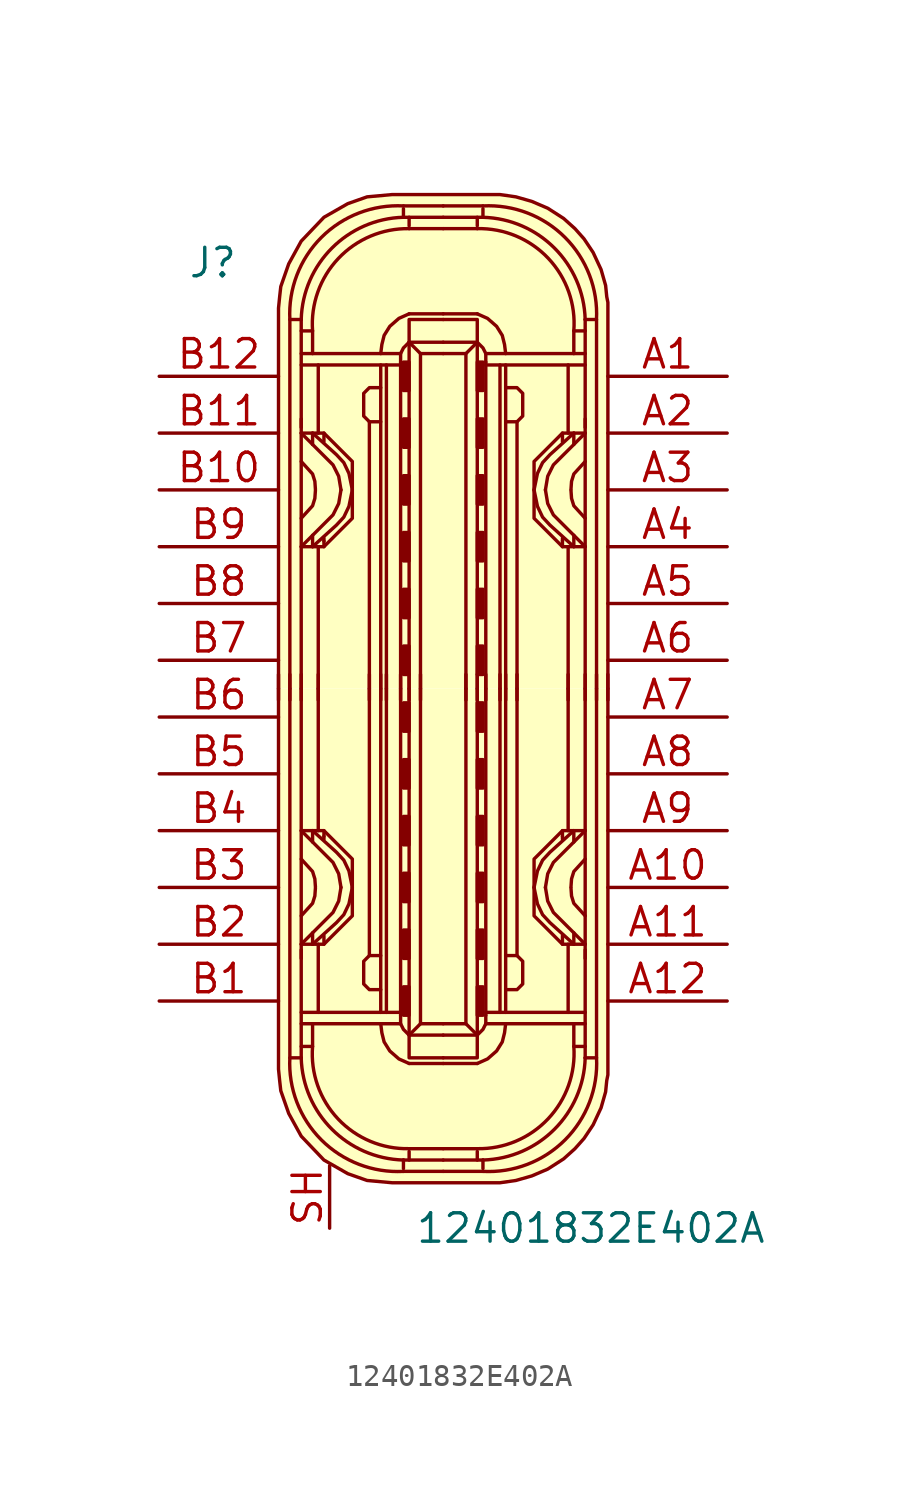
<source format=kicad_sym>
(kicad_symbol_lib
  (version 20211014)
  (generator kicad_symbol_editor)
  (symbol "12401832E402A"
    (pin_names
      (offset 1.016))
    (property "Reference" "J"
      (at -11.43 19.05 0)
      (effects (font (size 1.27 1.27)) (justify left)))
    (property "Value" "12401832E402A"
      (at -1.27 -24.13 0)
      (effects (font (size 1.27 1.27)) (justify left)))
    (symbol "12401832E402A_1_1"
      (arc (start -6.858 -16.51) (mid -5.4492 -20.1812) (end -1.778 -21.59) (stroke (width 0) (type default) (color 0 0 0 0)) (fill (type none)))
      (arc (start -6.35 -16.51) (mid -4.9749 -19.7069) (end -1.778 -21.082) (stroke (width 0) (type default) (color 0 0 0 0)) (fill (type none)))
      (arc (start -5.842 -16.002) (mid -4.6972 -19.2495) (end -1.524 -20.574) (stroke (width 0) (type default) (color 0 0 0 0)) (fill (type none)))
      (rectangle (start -1.778 -14.605) (end -1.524 -13.335) (stroke (width 0) (type default) (color 0 0 0 0)) (fill (type outline)))
      (rectangle (start -1.778 -12.065) (end -1.524 -10.795) (stroke (width 0) (type default) (color 0 0 0 0)) (fill (type outline)))
      (rectangle (start -1.778 -9.525) (end -1.524 -8.255) (stroke (width 0) (type default) (color 0 0 0 0)) (fill (type outline)))
      (rectangle (start -1.778 -6.985) (end -1.524 -5.715) (stroke (width 0) (type default) (color 0 0 0 0)) (fill (type outline)))
      (rectangle (start -1.778 -4.445) (end -1.524 -3.175) (stroke (width 0) (type default) (color 0 0 0 0)) (fill (type outline)))
      (rectangle (start -1.778 -1.905) (end -1.524 -0.635) (stroke (width 0) (type default) (color 0 0 0 0)) (fill (type outline)))
      (rectangle (start -1.778 1.905) (end -1.524 0.635) (stroke (width 0) (type default) (color 0 0 0 0)) (fill (type outline)))
      (rectangle (start -1.778 4.445) (end -1.524 3.175) (stroke (width 0) (type default) (color 0 0 0 0)) (fill (type outline)))
      (rectangle (start -1.778 6.985) (end -1.524 5.715) (stroke (width 0) (type default) (color 0 0 0 0)) (fill (type outline)))
      (rectangle (start -1.778 9.525) (end -1.524 8.255) (stroke (width 0) (type default) (color 0 0 0 0)) (fill (type outline)))
      (rectangle (start -1.778 12.065) (end -1.524 10.795) (stroke (width 0) (type default) (color 0 0 0 0)) (fill (type outline)))
      (rectangle (start -1.778 14.605) (end -1.524 13.335) (stroke (width 0) (type default) (color 0 0 0 0)) (fill (type outline)))
      (arc (start -1.778 21.082) (mid -4.9749 19.7069) (end -6.35 16.51) (stroke (width 0) (type default) (color 0 0 0 0)) (fill (type none)))
      (arc (start -1.778 21.59) (mid -5.4492 20.1812) (end -6.858 16.51) (stroke (width 0) (type default) (color 0 0 0 0)) (fill (type none)))
      (arc (start -1.524 20.574) (mid -4.6883 19.2412) (end -5.842 16.002) (stroke (width 0) (type default) (color 0 0 0 0)) (fill (type none)))
      (polyline (pts (xy -7.366 -0.508) (xy -7.366 0.635)) (stroke (width 0) (type default) (color 0 0 0 0)) (fill (type none)))
      (polyline (pts (xy -6.858 -0.508) (xy -6.858 0.635)) (stroke (width 0) (type default) (color 0 0 0 0)) (fill (type none)))
      (polyline (pts (xy -6.35 -14.986) (xy -1.905 -14.986)) (stroke (width 0) (type default) (color 0 0 0 0)) (fill (type none)))
      (polyline (pts (xy -6.35 -12.065) (xy -6.35 0)) (stroke (width 0) (type default) (color 0 0 0 0)) (fill (type none)))
      (polyline (pts (xy -6.35 -0.508) (xy -6.35 0.635)) (stroke (width 0) (type default) (color 0 0 0 0)) (fill (type none)))
      (polyline (pts (xy -6.35 12.065) (xy -6.35 0)) (stroke (width 0) (type default) (color 0 0 0 0)) (fill (type none)))
      (polyline (pts (xy -6.35 14.986) (xy -1.905 14.986)) (stroke (width 0) (type default) (color 0 0 0 0)) (fill (type none)))
      (polyline (pts (xy -5.842 -11.43) (xy -5.842 -10.922)) (stroke (width 0) (type default) (color 0 0 0 0)) (fill (type none)))
      (polyline (pts (xy -5.842 -6.35) (xy -5.842 -6.858)) (stroke (width 0) (type default) (color 0 0 0 0)) (fill (type none)))
      (polyline (pts (xy -5.842 6.35) (xy -5.842 6.858)) (stroke (width 0) (type default) (color 0 0 0 0)) (fill (type none)))
      (polyline (pts (xy -5.842 11.43) (xy -5.842 10.922)) (stroke (width 0) (type default) (color 0 0 0 0)) (fill (type none)))
      (polyline (pts (xy -5.588 -14.478) (xy -5.588 -11.43)) (stroke (width 0) (type default) (color 0 0 0 0)) (fill (type none)))
      (polyline (pts (xy -5.588 -6.35) (xy -5.588 0)) (stroke (width 0) (type default) (color 0 0 0 0)) (fill (type none)))
      (polyline (pts (xy -5.588 -0.508) (xy -5.588 0.635)) (stroke (width 0) (type default) (color 0 0 0 0)) (fill (type none)))
      (polyline (pts (xy -5.588 6.35) (xy -5.588 0)) (stroke (width 0) (type default) (color 0 0 0 0)) (fill (type none)))
      (polyline (pts (xy -5.588 14.478) (xy -5.588 11.43)) (stroke (width 0) (type default) (color 0 0 0 0)) (fill (type none)))
      (polyline (pts (xy -5.334 -11.43) (xy -5.334 -11.049)) (stroke (width 0) (type default) (color 0 0 0 0)) (fill (type none)))
      (polyline (pts (xy -5.334 -6.604) (xy -5.334 -6.731)) (stroke (width 0) (type default) (color 0 0 0 0)) (fill (type none)))
      (polyline (pts (xy -5.334 -6.35) (xy -5.334 -6.604)) (stroke (width 0) (type default) (color 0 0 0 0)) (fill (type none)))
      (polyline (pts (xy -5.334 6.35) (xy -5.334 6.604)) (stroke (width 0) (type default) (color 0 0 0 0)) (fill (type none)))
      (polyline (pts (xy -5.334 6.604) (xy -5.334 6.731)) (stroke (width 0) (type default) (color 0 0 0 0)) (fill (type none)))
      (polyline (pts (xy -5.334 11.43) (xy -5.334 11.049)) (stroke (width 0) (type default) (color 0 0 0 0)) (fill (type none)))
      (polyline (pts (xy -3.302 -0.508) (xy -3.302 0.635)) (stroke (width 0) (type default) (color 0 0 0 0)) (fill (type none)))
      (polyline (pts (xy -3.302 0) (xy -3.302 -11.938)) (stroke (width 0) (type default) (color 0 0 0 0)) (fill (type none)))
      (polyline (pts (xy -3.302 0) (xy -3.302 11.938)) (stroke (width 0) (type default) (color 0 0 0 0)) (fill (type none)))
      (polyline (pts (xy -2.794 -0.508) (xy -2.794 0.635)) (stroke (width 0) (type default) (color 0 0 0 0)) (fill (type none)))
      (polyline (pts (xy -2.794 0) (xy -2.794 -14.478)) (stroke (width 0) (type default) (color 0 0 0 0)) (fill (type none)))
      (polyline (pts (xy -2.794 0) (xy -2.794 14.478)) (stroke (width 0) (type default) (color 0 0 0 0)) (fill (type none)))
      (polyline (pts (xy -2.54 -14.478) (xy -2.54 0)) (stroke (width 0) (type default) (color 0 0 0 0)) (fill (type none)))
      (polyline (pts (xy -2.54 -0.508) (xy -2.54 0.635)) (stroke (width 0) (type default) (color 0 0 0 0)) (fill (type none)))
      (polyline (pts (xy -2.54 14.478) (xy -2.54 0)) (stroke (width 0) (type default) (color 0 0 0 0)) (fill (type none)))
      (polyline (pts (xy -1.905 -14.478) (xy -6.35 -14.478)) (stroke (width 0) (type default) (color 0 0 0 0)) (fill (type none)))
      (polyline (pts (xy -1.905 -0.508) (xy -1.905 0.635)) (stroke (width 0) (type default) (color 0 0 0 0)) (fill (type none)))
      (polyline (pts (xy -1.905 0) (xy -1.905 -14.605)) (stroke (width 0) (type default) (color 0 0 0 0)) (fill (type none)))
      (polyline (pts (xy -1.905 0) (xy -1.905 14.605)) (stroke (width 0) (type default) (color 0 0 0 0)) (fill (type none)))
      (polyline (pts (xy -1.905 14.478) (xy -6.35 14.478)) (stroke (width 0) (type default) (color 0 0 0 0)) (fill (type none)))
      (polyline (pts (xy -1.778 -21.59) (xy 0 -21.59)) (stroke (width 0) (type default) (color 0 0 0 0)) (fill (type background)))
      (polyline (pts (xy -1.778 -21.082) (xy -1.778 -21.463)) (stroke (width 0) (type default) (color 0 0 0 0)) (fill (type none)))
      (polyline (pts (xy -1.778 -21.082) (xy 0 -21.082)) (stroke (width 0) (type default) (color 0 0 0 0)) (fill (type none)))
      (polyline (pts (xy -1.778 21.082) (xy -1.778 21.463)) (stroke (width 0) (type default) (color 0 0 0 0)) (fill (type none)))
      (polyline (pts (xy -1.778 21.082) (xy 0 21.082)) (stroke (width 0) (type default) (color 0 0 0 0)) (fill (type none)))
      (polyline (pts (xy -1.778 21.59) (xy 0 21.59)) (stroke (width 0) (type default) (color 0 0 0 0)) (fill (type background)))
      (polyline (pts (xy -1.524 -20.701) (xy -1.524 -21.082)) (stroke (width 0) (type default) (color 0 0 0 0)) (fill (type none)))
      (polyline (pts (xy -1.524 -20.574) (xy 0 -20.574)) (stroke (width 0) (type default) (color 0 0 0 0)) (fill (type none)))
      (polyline (pts (xy -1.524 -0.508) (xy -1.524 0.635)) (stroke (width 0) (type default) (color 0 0 0 0)) (fill (type none)))
      (polyline (pts (xy -1.524 20.574) (xy 0 20.574)) (stroke (width 0) (type default) (color 0 0 0 0)) (fill (type none)))
      (polyline (pts (xy -1.524 20.701) (xy -1.524 21.082)) (stroke (width 0) (type default) (color 0 0 0 0)) (fill (type none)))
      (polyline (pts (xy -1.016 -14.986) (xy -1.524 -15.494)) (stroke (width 0) (type default) (color 0 0 0 0)) (fill (type none)))
      (polyline (pts (xy -1.016 -0.508) (xy -1.016 0.635)) (stroke (width 0) (type default) (color 0 0 0 0)) (fill (type none)))
      (polyline (pts (xy -1.016 14.986) (xy -1.524 15.494)) (stroke (width 0) (type default) (color 0 0 0 0)) (fill (type none)))
      (polyline (pts (xy 0 -16.764) (xy -1.524 -16.764)) (stroke (width 0) (type default) (color 0 0 0 0)) (fill (type none)))
      (polyline (pts (xy 0 -16.764) (xy 1.524 -16.764)) (stroke (width 0) (type default) (color 0 0 0 0)) (fill (type none)))
      (polyline (pts (xy 0 16.764) (xy -1.524 16.764)) (stroke (width 0) (type default) (color 0 0 0 0)) (fill (type none)))
      (polyline (pts (xy 0 16.764) (xy 1.524 16.764)) (stroke (width 0) (type default) (color 0 0 0 0)) (fill (type none)))
      (polyline (pts (xy 1.016 -14.986) (xy 1.524 -15.494)) (stroke (width 0) (type default) (color 0 0 0 0)) (fill (type none)))
      (polyline (pts (xy 1.016 -0.508) (xy 1.016 0.635)) (stroke (width 0) (type default) (color 0 0 0 0)) (fill (type none)))
      (polyline (pts (xy 1.016 14.986) (xy 1.524 15.494)) (stroke (width 0) (type default) (color 0 0 0 0)) (fill (type none)))
      (polyline (pts (xy 1.524 -20.701) (xy 1.524 -21.082)) (stroke (width 0) (type default) (color 0 0 0 0)) (fill (type none)))
      (polyline (pts (xy 1.524 -20.574) (xy 0 -20.574)) (stroke (width 0) (type default) (color 0 0 0 0)) (fill (type none)))
      (polyline (pts (xy 1.524 -0.508) (xy 1.524 0.635)) (stroke (width 0) (type default) (color 0 0 0 0)) (fill (type none)))
      (polyline (pts (xy 1.524 20.574) (xy 0 20.574)) (stroke (width 0) (type default) (color 0 0 0 0)) (fill (type none)))
      (polyline (pts (xy 1.524 20.701) (xy 1.524 21.082)) (stroke (width 0) (type default) (color 0 0 0 0)) (fill (type none)))
      (polyline (pts (xy 1.778 -21.59) (xy 0 -21.59)) (stroke (width 0) (type default) (color 0 0 0 0)) (fill (type background)))
      (polyline (pts (xy 1.778 -21.082) (xy 0 -21.082)) (stroke (width 0) (type default) (color 0 0 0 0)) (fill (type none)))
      (polyline (pts (xy 1.778 -21.082) (xy 1.778 -21.463)) (stroke (width 0) (type default) (color 0 0 0 0)) (fill (type none)))
      (polyline (pts (xy 1.778 21.082) (xy 0 21.082)) (stroke (width 0) (type default) (color 0 0 0 0)) (fill (type none)))
      (polyline (pts (xy 1.778 21.082) (xy 1.778 21.463)) (stroke (width 0) (type default) (color 0 0 0 0)) (fill (type none)))
      (polyline (pts (xy 1.778 21.59) (xy 0 21.59)) (stroke (width 0) (type default) (color 0 0 0 0)) (fill (type background)))
      (polyline (pts (xy 1.905 -14.478) (xy 6.35 -14.478)) (stroke (width 0) (type default) (color 0 0 0 0)) (fill (type none)))
      (polyline (pts (xy 1.905 -0.508) (xy 1.905 0.635)) (stroke (width 0) (type default) (color 0 0 0 0)) (fill (type none)))
      (polyline (pts (xy 1.905 0) (xy 1.905 -14.605)) (stroke (width 0) (type default) (color 0 0 0 0)) (fill (type none)))
      (polyline (pts (xy 1.905 0) (xy 1.905 14.605)) (stroke (width 0) (type default) (color 0 0 0 0)) (fill (type none)))
      (polyline (pts (xy 1.905 14.478) (xy 6.35 14.478)) (stroke (width 0) (type default) (color 0 0 0 0)) (fill (type none)))
      (polyline (pts (xy 2.54 -14.478) (xy 2.54 0)) (stroke (width 0) (type default) (color 0 0 0 0)) (fill (type none)))
      (polyline (pts (xy 2.54 -0.508) (xy 2.54 0.635)) (stroke (width 0) (type default) (color 0 0 0 0)) (fill (type none)))
      (polyline (pts (xy 2.54 14.478) (xy 2.54 0)) (stroke (width 0) (type default) (color 0 0 0 0)) (fill (type none)))
      (polyline (pts (xy 2.794 -0.508) (xy 2.794 0.635)) (stroke (width 0) (type default) (color 0 0 0 0)) (fill (type none)))
      (polyline (pts (xy 2.794 0) (xy 2.794 -14.478)) (stroke (width 0) (type default) (color 0 0 0 0)) (fill (type none)))
      (polyline (pts (xy 2.794 0) (xy 2.794 14.478)) (stroke (width 0) (type default) (color 0 0 0 0)) (fill (type none)))
      (polyline (pts (xy 3.302 -0.508) (xy 3.302 0.635)) (stroke (width 0) (type default) (color 0 0 0 0)) (fill (type none)))
      (polyline (pts (xy 3.302 0) (xy 3.302 -11.938)) (stroke (width 0) (type default) (color 0 0 0 0)) (fill (type none)))
      (polyline (pts (xy 3.302 0) (xy 3.302 11.938)) (stroke (width 0) (type default) (color 0 0 0 0)) (fill (type none)))
      (polyline (pts (xy 5.334 -11.43) (xy 5.334 -11.049)) (stroke (width 0) (type default) (color 0 0 0 0)) (fill (type none)))
      (polyline (pts (xy 5.334 -6.604) (xy 5.334 -6.731)) (stroke (width 0) (type default) (color 0 0 0 0)) (fill (type none)))
      (polyline (pts (xy 5.334 -6.35) (xy 5.334 -6.604)) (stroke (width 0) (type default) (color 0 0 0 0)) (fill (type none)))
      (polyline (pts (xy 5.334 6.35) (xy 5.334 6.604)) (stroke (width 0) (type default) (color 0 0 0 0)) (fill (type none)))
      (polyline (pts (xy 5.334 6.604) (xy 5.334 6.731)) (stroke (width 0) (type default) (color 0 0 0 0)) (fill (type none)))
      (polyline (pts (xy 5.334 11.43) (xy 5.334 11.049)) (stroke (width 0) (type default) (color 0 0 0 0)) (fill (type none)))
      (polyline (pts (xy 5.588 -14.478) (xy 5.588 -11.43)) (stroke (width 0) (type default) (color 0 0 0 0)) (fill (type none)))
      (polyline (pts (xy 5.588 -6.35) (xy 5.588 0)) (stroke (width 0) (type default) (color 0 0 0 0)) (fill (type none)))
      (polyline (pts (xy 5.588 -0.508) (xy 5.588 0.635)) (stroke (width 0) (type default) (color 0 0 0 0)) (fill (type none)))
      (polyline (pts (xy 5.588 6.35) (xy 5.588 0)) (stroke (width 0) (type default) (color 0 0 0 0)) (fill (type none)))
      (polyline (pts (xy 5.588 14.478) (xy 5.588 11.43)) (stroke (width 0) (type default) (color 0 0 0 0)) (fill (type none)))
      (polyline (pts (xy 5.842 -11.43) (xy 5.842 -10.922)) (stroke (width 0) (type default) (color 0 0 0 0)) (fill (type none)))
      (polyline (pts (xy 5.842 -6.35) (xy 5.842 -6.858)) (stroke (width 0) (type default) (color 0 0 0 0)) (fill (type none)))
      (polyline (pts (xy 5.842 6.35) (xy 5.842 6.858)) (stroke (width 0) (type default) (color 0 0 0 0)) (fill (type none)))
      (polyline (pts (xy 5.842 11.43) (xy 5.842 10.922)) (stroke (width 0) (type default) (color 0 0 0 0)) (fill (type none)))
      (polyline (pts (xy 6.35 -14.986) (xy 1.905 -14.986)) (stroke (width 0) (type default) (color 0 0 0 0)) (fill (type none)))
      (polyline (pts (xy 6.35 -12.065) (xy 6.35 0)) (stroke (width 0) (type default) (color 0 0 0 0)) (fill (type none)))
      (polyline (pts (xy 6.35 -0.508) (xy 6.35 0.635)) (stroke (width 0) (type default) (color 0 0 0 0)) (fill (type none)))
      (polyline (pts (xy 6.35 12.065) (xy 6.35 0)) (stroke (width 0) (type default) (color 0 0 0 0)) (fill (type none)))
      (polyline (pts (xy 6.35 14.986) (xy 1.905 14.986)) (stroke (width 0) (type default) (color 0 0 0 0)) (fill (type none)))
      (polyline (pts (xy 6.858 -0.508) (xy 6.858 0.635)) (stroke (width 0) (type default) (color 0 0 0 0)) (fill (type none)))
      (polyline (pts (xy 7.366 -0.508) (xy 7.366 0.635)) (stroke (width 0) (type default) (color 0 0 0 0)) (fill (type none)))
      (polyline (pts (xy -6.35 -16.51) (xy -6.858 -16.51) (xy -6.858 0)) (stroke (width 0) (type default) (color 0 0 0 0)) (fill (type none)))
      (polyline (pts (xy -6.35 -11.684) (xy -6.35 -15.875) (xy -6.35 -16.51)) (stroke (width 0) (type default) (color 0 0 0 0)) (fill (type none)))
      (polyline (pts (xy -6.35 11.684) (xy -6.35 15.875) (xy -6.35 16.51)) (stroke (width 0) (type default) (color 0 0 0 0)) (fill (type none)))
      (polyline (pts (xy -6.35 16.51) (xy -6.858 16.51) (xy -6.858 0)) (stroke (width 0) (type default) (color 0 0 0 0)) (fill (type none)))
      (polyline (pts (xy -5.842 -14.986) (xy -5.842 -16.002) (xy -6.35 -16.002)) (stroke (width 0) (type default) (color 0 0 0 0)) (fill (type none)))
      (polyline (pts (xy -5.842 14.986) (xy -5.842 16.002) (xy -6.35 16.002)) (stroke (width 0) (type default) (color 0 0 0 0)) (fill (type none)))
      (polyline (pts (xy -1.524 0) (xy -1.524 -15.494) (xy 0 -15.494)) (stroke (width 0) (type default) (color 0 0 0 0)) (fill (type none)))
      (polyline (pts (xy -1.524 0) (xy -1.524 15.494) (xy 0 15.494)) (stroke (width 0) (type default) (color 0 0 0 0)) (fill (type none)))
      (polyline (pts (xy -1.016 0) (xy -1.016 -14.986) (xy 0 -14.986)) (stroke (width 0) (type default) (color 0 0 0 0)) (fill (type none)))
      (polyline (pts (xy -1.016 0) (xy -1.016 14.986) (xy 0 14.986)) (stroke (width 0) (type default) (color 0 0 0 0)) (fill (type none)))
      (polyline (pts (xy 1.016 0) (xy 1.016 -14.986) (xy 0 -14.986)) (stroke (width 0) (type default) (color 0 0 0 0)) (fill (type none)))
      (polyline (pts (xy 1.016 0) (xy 1.016 14.986) (xy 0 14.986)) (stroke (width 0) (type default) (color 0 0 0 0)) (fill (type none)))
      (polyline (pts (xy 1.524 0) (xy 1.524 -15.494) (xy 0 -15.494)) (stroke (width 0) (type default) (color 0 0 0 0)) (fill (type none)))
      (polyline (pts (xy 1.524 0) (xy 1.524 15.494) (xy 0 15.494)) (stroke (width 0) (type default) (color 0 0 0 0)) (fill (type none)))
      (polyline (pts (xy 5.842 -14.986) (xy 5.842 -16.002) (xy 6.35 -16.002)) (stroke (width 0) (type default) (color 0 0 0 0)) (fill (type none)))
      (polyline (pts (xy 5.842 14.986) (xy 5.842 16.002) (xy 6.35 16.002)) (stroke (width 0) (type default) (color 0 0 0 0)) (fill (type none)))
      (polyline (pts (xy 6.35 -16.51) (xy 6.858 -16.51) (xy 6.858 0)) (stroke (width 0) (type default) (color 0 0 0 0)) (fill (type none)))
      (polyline (pts (xy 6.35 -11.684) (xy 6.35 -15.875) (xy 6.35 -16.51)) (stroke (width 0) (type default) (color 0 0 0 0)) (fill (type none)))
      (polyline (pts (xy 6.35 11.684) (xy 6.35 15.875) (xy 6.35 16.51)) (stroke (width 0) (type default) (color 0 0 0 0)) (fill (type none)))
      (polyline (pts (xy 6.35 16.51) (xy 6.858 16.51) (xy 6.858 0)) (stroke (width 0) (type default) (color 0 0 0 0)) (fill (type none)))
      (polyline (pts (xy -6.35 -11.43) (xy -4.928 -10.008) (xy -4.674 -9.5) (xy -4.572 -8.89)) (stroke (width 0) (type default) (color 0 0 0 0)) (fill (type none)))
      (polyline (pts (xy -6.35 -10.16) (xy -5.842 -9.601) (xy -5.74 -9.271) (xy -5.715 -8.915)) (stroke (width 0) (type default) (color 0 0 0 0)) (fill (type none)))
      (polyline (pts (xy -6.35 -7.62) (xy -5.842 -8.179) (xy -5.74 -8.509) (xy -5.715 -8.865)) (stroke (width 0) (type default) (color 0 0 0 0)) (fill (type none)))
      (polyline (pts (xy -6.35 -6.35) (xy -4.928 -7.772) (xy -4.674 -8.28) (xy -4.572 -8.89)) (stroke (width 0) (type default) (color 0 0 0 0)) (fill (type none)))
      (polyline (pts (xy -6.35 6.35) (xy -4.928 7.772) (xy -4.674 8.28) (xy -4.572 8.89)) (stroke (width 0) (type default) (color 0 0 0 0)) (fill (type none)))
      (polyline (pts (xy -6.35 7.62) (xy -5.842 8.179) (xy -5.74 8.509) (xy -5.715 8.865)) (stroke (width 0) (type default) (color 0 0 0 0)) (fill (type none)))
      (polyline (pts (xy -6.35 10.16) (xy -5.842 9.601) (xy -5.74 9.271) (xy -5.715 8.915)) (stroke (width 0) (type default) (color 0 0 0 0)) (fill (type none)))
      (polyline (pts (xy -6.35 11.43) (xy -4.928 10.008) (xy -4.674 9.5) (xy -4.572 8.89)) (stroke (width 0) (type default) (color 0 0 0 0)) (fill (type none)))
      (polyline (pts (xy -1.905 -14.605) (xy -1.905 -14.986) (xy -1.778 -15.24) (xy -1.524 -15.494)) (stroke (width 0) (type default) (color 0 0 0 0)) (fill (type none)))
      (polyline (pts (xy -1.905 14.605) (xy -1.905 14.986) (xy -1.778 15.24) (xy -1.524 15.494)) (stroke (width 0) (type default) (color 0 0 0 0)) (fill (type none)))
      (polyline (pts (xy 0 -16.51) (xy -1.397 -16.51) (xy -1.524 -16.51) (xy -1.524 -15.494)) (stroke (width 0) (type default) (color 0 0 0 0)) (fill (type none)))
      (polyline (pts (xy 0 -16.51) (xy 1.397 -16.51) (xy 1.524 -16.51) (xy 1.524 -15.494)) (stroke (width 0) (type default) (color 0 0 0 0)) (fill (type none)))
      (polyline (pts (xy 0 16.51) (xy -1.397 16.51) (xy -1.524 16.51) (xy -1.524 15.494)) (stroke (width 0) (type default) (color 0 0 0 0)) (fill (type none)))
      (polyline (pts (xy 0 16.51) (xy 1.397 16.51) (xy 1.524 16.51) (xy 1.524 15.494)) (stroke (width 0) (type default) (color 0 0 0 0)) (fill (type none)))
      (polyline (pts (xy 1.905 -14.605) (xy 1.905 -14.986) (xy 1.778 -15.24) (xy 1.524 -15.494)) (stroke (width 0) (type default) (color 0 0 0 0)) (fill (type none)))
      (polyline (pts (xy 1.905 14.605) (xy 1.905 14.986) (xy 1.778 15.24) (xy 1.524 15.494)) (stroke (width 0) (type default) (color 0 0 0 0)) (fill (type none)))
      (polyline (pts (xy 6.35 -11.43) (xy 4.928 -10.008) (xy 4.674 -9.5) (xy 4.572 -8.89)) (stroke (width 0) (type default) (color 0 0 0 0)) (fill (type none)))
      (polyline (pts (xy 6.35 -10.16) (xy 5.842 -9.601) (xy 5.74 -9.271) (xy 5.715 -8.915)) (stroke (width 0) (type default) (color 0 0 0 0)) (fill (type none)))
      (polyline (pts (xy 6.35 -7.62) (xy 5.842 -8.179) (xy 5.74 -8.509) (xy 5.715 -8.865)) (stroke (width 0) (type default) (color 0 0 0 0)) (fill (type none)))
      (polyline (pts (xy 6.35 -6.35) (xy 4.928 -7.772) (xy 4.674 -8.28) (xy 4.572 -8.89)) (stroke (width 0) (type default) (color 0 0 0 0)) (fill (type none)))
      (polyline (pts (xy 6.35 6.35) (xy 4.928 7.772) (xy 4.674 8.28) (xy 4.572 8.89)) (stroke (width 0) (type default) (color 0 0 0 0)) (fill (type none)))
      (polyline (pts (xy 6.35 7.62) (xy 5.842 8.179) (xy 5.74 8.509) (xy 5.715 8.865)) (stroke (width 0) (type default) (color 0 0 0 0)) (fill (type none)))
      (polyline (pts (xy 6.35 10.16) (xy 5.842 9.601) (xy 5.74 9.271) (xy 5.715 8.915)) (stroke (width 0) (type default) (color 0 0 0 0)) (fill (type none)))
      (polyline (pts (xy 6.35 11.43) (xy 4.928 10.008) (xy 4.674 9.5) (xy 4.572 8.89)) (stroke (width 0) (type default) (color 0 0 0 0)) (fill (type none)))
      (polyline (pts (xy -5.842 -11.43) (xy -4.775 -10.465) (xy -4.445 -10.109) (xy -4.216 -9.627) (xy -4.064 -8.89)) (stroke (width 0) (type default) (color 0 0 0 0)) (fill (type none)))
      (polyline (pts (xy -5.842 -6.35) (xy -4.775 -7.315) (xy -4.445 -7.671) (xy -4.216 -8.153) (xy -4.064 -8.89)) (stroke (width 0) (type default) (color 0 0 0 0)) (fill (type none)))
      (polyline (pts (xy -5.842 6.35) (xy -4.775 7.315) (xy -4.445 7.671) (xy -4.216 8.153) (xy -4.064 8.89)) (stroke (width 0) (type default) (color 0 0 0 0)) (fill (type none)))
      (polyline (pts (xy -5.842 11.43) (xy -4.775 10.465) (xy -4.445 10.109) (xy -4.216 9.627) (xy -4.064 8.89)) (stroke (width 0) (type default) (color 0 0 0 0)) (fill (type none)))
      (polyline (pts (xy 5.842 -11.43) (xy 4.775 -10.465) (xy 4.445 -10.109) (xy 4.216 -9.627) (xy 4.064 -8.89)) (stroke (width 0) (type default) (color 0 0 0 0)) (fill (type none)))
      (polyline (pts (xy 5.842 -6.35) (xy 4.775 -7.315) (xy 4.445 -7.671) (xy 4.216 -8.153) (xy 4.064 -8.89)) (stroke (width 0) (type default) (color 0 0 0 0)) (fill (type none)))
      (polyline (pts (xy 5.842 6.35) (xy 4.775 7.315) (xy 4.445 7.671) (xy 4.216 8.153) (xy 4.064 8.89)) (stroke (width 0) (type default) (color 0 0 0 0)) (fill (type none)))
      (polyline (pts (xy 5.842 11.43) (xy 4.775 10.465) (xy 4.445 10.109) (xy 4.216 9.627) (xy 4.064 8.89)) (stroke (width 0) (type default) (color 0 0 0 0)) (fill (type none)))
      (polyline (pts (xy -6.35 -11.43) (xy -5.334 -11.43) (xy -4.064 -10.16) (xy -4.064 -7.62) (xy -5.334 -6.35) (xy -6.35 -6.35)) (stroke (width 0) (type default) (color 0 0 0 0)) (fill (type none)))
      (polyline (pts (xy -6.35 11.43) (xy -5.334 11.43) (xy -4.064 10.16) (xy -4.064 7.62) (xy -5.334 6.35) (xy -6.35 6.35)) (stroke (width 0) (type default) (color 0 0 0 0)) (fill (type none)))
      (polyline (pts (xy -2.794 -14.986) (xy -2.743 -15.392) (xy -2.642 -15.799) (xy -2.388 -16.205) (xy -1.981 -16.561) (xy -1.524 -16.764)) (stroke (width 0) (type default) (color 0 0 0 0)) (fill (type none)))
      (polyline (pts (xy -2.794 -13.462) (xy -3.302 -13.462) (xy -3.556 -13.208) (xy -3.556 -12.192) (xy -3.302 -11.938) (xy -2.794 -11.938)) (stroke (width 0) (type default) (color 0 0 0 0)) (fill (type none)))
      (polyline (pts (xy -2.794 13.462) (xy -3.302 13.462) (xy -3.556 13.208) (xy -3.556 12.192) (xy -3.302 11.938) (xy -2.794 11.938)) (stroke (width 0) (type default) (color 0 0 0 0)) (fill (type none)))
      (polyline (pts (xy -2.794 14.986) (xy -2.743 15.392) (xy -2.642 15.799) (xy -2.388 16.205) (xy -1.981 16.561) (xy -1.524 16.764)) (stroke (width 0) (type default) (color 0 0 0 0)) (fill (type none)))
      (polyline (pts (xy 2.794 -14.986) (xy 2.743 -15.392) (xy 2.642 -15.799) (xy 2.388 -16.205) (xy 1.981 -16.561) (xy 1.524 -16.764)) (stroke (width 0) (type default) (color 0 0 0 0)) (fill (type none)))
      (polyline (pts (xy 2.794 -13.462) (xy 3.302 -13.462) (xy 3.556 -13.208) (xy 3.556 -12.192) (xy 3.302 -11.938) (xy 2.794 -11.938)) (stroke (width 0) (type default) (color 0 0 0 0)) (fill (type none)))
      (polyline (pts (xy 2.794 13.462) (xy 3.302 13.462) (xy 3.556 13.208) (xy 3.556 12.192) (xy 3.302 11.938) (xy 2.794 11.938)) (stroke (width 0) (type default) (color 0 0 0 0)) (fill (type none)))
      (polyline (pts (xy 2.794 14.986) (xy 2.743 15.392) (xy 2.642 15.799) (xy 2.388 16.205) (xy 1.981 16.561) (xy 1.524 16.764)) (stroke (width 0) (type default) (color 0 0 0 0)) (fill (type none)))
      (polyline (pts (xy 6.35 -11.43) (xy 5.334 -11.43) (xy 4.064 -10.16) (xy 4.064 -7.62) (xy 5.334 -6.35) (xy 6.35 -6.35)) (stroke (width 0) (type default) (color 0 0 0 0)) (fill (type none)))
      (polyline (pts (xy 6.35 11.43) (xy 5.334 11.43) (xy 4.064 10.16) (xy 4.064 7.62) (xy 5.334 6.35) (xy 6.35 6.35)) (stroke (width 0) (type default) (color 0 0 0 0)) (fill (type none)))
      (polyline (pts (xy 7.366 0) (xy 7.366 -17.018) (xy 7.366 -17.272) (xy 7.315 -17.526) (xy 7.264 -18.034) (xy 7.061 -18.745) (xy 6.706 -19.507) (xy 6.299 -20.117) (xy 5.893 -20.574) (xy 5.385 -21.031) (xy 4.674 -21.488) (xy 3.962 -21.793) (xy 3.251 -21.996) (xy 2.54 -22.098) (xy -2.286 -22.098) (xy -3.404 -21.996) (xy -4.267 -21.692) (xy -5.334 -21.082) (xy -6.35 -20.015) (xy -6.909 -18.999) (xy -7.264 -17.983) (xy -7.315 -17.526) (xy -7.366 -17.018) (xy -7.366 0)) (stroke (width 0) (type default) (color 0 0 0 0)) (fill (type background)))
      (polyline (pts (xy 7.366 0) (xy 7.366 17.018) (xy 7.366 17.272) (xy 7.315 17.526) (xy 7.264 18.034) (xy 7.061 18.745) (xy 6.706 19.507) (xy 6.299 20.117) (xy 5.893 20.574) (xy 5.385 21.031) (xy 4.674 21.488) (xy 3.962 21.793) (xy 3.251 21.996) (xy 2.54 22.098) (xy -2.286 22.098) (xy -3.404 21.996) (xy -4.267 21.692) (xy -5.334 21.082) (xy -6.35 20.015) (xy -6.909 18.999) (xy -7.264 17.983) (xy -7.315 17.526) (xy -7.366 17.018) (xy -7.366 0)) (stroke (width 0) (type default) (color 0 0 0 0)) (fill (type background)))
      (arc (start 1.524 -20.574) (mid 4.6883 -19.2412) (end 5.842 -16.002) (stroke (width 0) (type default) (color 0 0 0 0)) (fill (type none)))
      (arc (start 1.778 -21.59) (mid 5.4492 -20.1812) (end 6.858 -16.51) (stroke (width 0) (type default) (color 0 0 0 0)) (fill (type none)))
      (arc (start 1.778 -21.082) (mid 4.9749 -19.7069) (end 6.35 -16.51) (stroke (width 0) (type default) (color 0 0 0 0)) (fill (type none)))
      (rectangle (start 1.778 -14.605) (end 1.524 -13.335) (stroke (width 0) (type default) (color 0 0 0 0)) (fill (type outline)))
      (rectangle (start 1.778 -12.065) (end 1.524 -10.795) (stroke (width 0) (type default) (color 0 0 0 0)) (fill (type outline)))
      (rectangle (start 1.778 -9.525) (end 1.524 -8.255) (stroke (width 0) (type default) (color 0 0 0 0)) (fill (type outline)))
      (rectangle (start 1.778 -6.985) (end 1.524 -5.715) (stroke (width 0) (type default) (color 0 0 0 0)) (fill (type outline)))
      (rectangle (start 1.778 -4.445) (end 1.524 -3.175) (stroke (width 0) (type default) (color 0 0 0 0)) (fill (type outline)))
      (rectangle (start 1.778 -1.905) (end 1.524 -0.635) (stroke (width 0) (type default) (color 0 0 0 0)) (fill (type outline)))
      (rectangle (start 1.778 1.905) (end 1.524 0.635) (stroke (width 0) (type default) (color 0 0 0 0)) (fill (type outline)))
      (rectangle (start 1.778 4.445) (end 1.524 3.175) (stroke (width 0) (type default) (color 0 0 0 0)) (fill (type outline)))
      (rectangle (start 1.778 6.985) (end 1.524 5.715) (stroke (width 0) (type default) (color 0 0 0 0)) (fill (type outline)))
      (rectangle (start 1.778 9.525) (end 1.524 8.255) (stroke (width 0) (type default) (color 0 0 0 0)) (fill (type outline)))
      (rectangle (start 1.778 12.065) (end 1.524 10.795) (stroke (width 0) (type default) (color 0 0 0 0)) (fill (type outline)))
      (rectangle (start 1.778 14.605) (end 1.524 13.335) (stroke (width 0) (type default) (color 0 0 0 0)) (fill (type outline)))
      (arc (start 5.842 16.002) (mid 4.6972 19.2495) (end 1.524 20.574) (stroke (width 0) (type default) (color 0 0 0 0)) (fill (type none)))
      (arc (start 6.35 16.51) (mid 4.9749 19.7069) (end 1.778 21.082) (stroke (width 0) (type default) (color 0 0 0 0)) (fill (type none)))
      (arc (start 6.858 16.51) (mid 5.4492 20.1812) (end 1.778 21.59) (stroke (width 0) (type default) (color 0 0 0 0)) (fill (type none)))
      (pin passive line (at 12.7 13.97 180) (length 5.334) (name "~" (effects (font (size 1.27 1.27)))) (number "A1" (effects (font (size 1.27 1.27)))))
      (pin passive line (at 12.7 -8.89 180) (length 5.334) (name "~" (effects (font (size 1.27 1.27)))) (number "A10" (effects (font (size 1.27 1.27)))))
      (pin passive line (at 12.7 -11.43 180) (length 5.334) (name "~" (effects (font (size 1.27 1.27)))) (number "A11" (effects (font (size 1.27 1.27)))))
      (pin passive line (at 12.7 -13.97 180) (length 5.334) (name "~" (effects (font (size 1.27 1.27)))) (number "A12" (effects (font (size 1.27 1.27)))))
      (pin passive line (at 12.7 11.43 180) (length 5.334) (name "~" (effects (font (size 1.27 1.27)))) (number "A2" (effects (font (size 1.27 1.27)))))
      (pin passive line (at 12.7 8.89 180) (length 5.334) (name "~" (effects (font (size 1.27 1.27)))) (number "A3" (effects (font (size 1.27 1.27)))))
      (pin passive line (at 12.7 6.35 180) (length 5.334) (name "~" (effects (font (size 1.27 1.27)))) (number "A4" (effects (font (size 1.27 1.27)))))
      (pin passive line (at 12.7 3.81 180) (length 5.334) (name "~" (effects (font (size 1.27 1.27)))) (number "A5" (effects (font (size 1.27 1.27)))))
      (pin passive line (at 12.7 1.27 180) (length 5.334) (name "~" (effects (font (size 1.27 1.27)))) (number "A6" (effects (font (size 1.27 1.27)))))
      (pin passive line (at 12.7 -1.27 180) (length 5.334) (name "~" (effects (font (size 1.27 1.27)))) (number "A7" (effects (font (size 1.27 1.27)))))
      (pin passive line (at 12.7 -3.81 180) (length 5.334) (name "~" (effects (font (size 1.27 1.27)))) (number "A8" (effects (font (size 1.27 1.27)))))
      (pin passive line (at 12.7 -6.35 180) (length 5.334) (name "~" (effects (font (size 1.27 1.27)))) (number "A9" (effects (font (size 1.27 1.27)))))
      (pin passive line (at -12.7 -13.97 0) (length 5.334) (name "~" (effects (font (size 1.27 1.27)))) (number "B1" (effects (font (size 1.27 1.27)))))
      (pin passive line (at -12.7 8.89 0) (length 5.334) (name "~" (effects (font (size 1.27 1.27)))) (number "B10" (effects (font (size 1.27 1.27)))))
      (pin passive line (at -12.7 11.43 0) (length 5.334) (name "~" (effects (font (size 1.27 1.27)))) (number "B11" (effects (font (size 1.27 1.27)))))
      (pin passive line (at -12.7 13.97 0) (length 5.334) (name "~" (effects (font (size 1.27 1.27)))) (number "B12" (effects (font (size 1.27 1.27)))))
      (pin passive line (at -12.7 -11.43 0) (length 5.334) (name "~" (effects (font (size 1.27 1.27)))) (number "B2" (effects (font (size 1.27 1.27)))))
      (pin passive line (at -12.7 -8.89 0) (length 5.334) (name "~" (effects (font (size 1.27 1.27)))) (number "B3" (effects (font (size 1.27 1.27)))))
      (pin passive line (at -12.7 -6.35 0) (length 5.334) (name "~" (effects (font (size 1.27 1.27)))) (number "B4" (effects (font (size 1.27 1.27)))))
      (pin passive line (at -12.7 -3.81 0) (length 5.334) (name "~" (effects (font (size 1.27 1.27)))) (number "B5" (effects (font (size 1.27 1.27)))))
      (pin passive line (at -12.7 -1.27 0) (length 5.334) (name "~" (effects (font (size 1.27 1.27)))) (number "B6" (effects (font (size 1.27 1.27)))))
      (pin passive line (at -12.7 1.27 0) (length 5.334) (name "~" (effects (font (size 1.27 1.27)))) (number "B7" (effects (font (size 1.27 1.27)))))
      (pin passive line (at -12.7 3.81 0) (length 5.334) (name "~" (effects (font (size 1.27 1.27)))) (number "B8" (effects (font (size 1.27 1.27)))))
      (pin passive line (at -12.7 6.35 0) (length 5.334) (name "~" (effects (font (size 1.27 1.27)))) (number "B9" (effects (font (size 1.27 1.27)))))
      (pin input line (at -5.08 -24.13 90) (length 2.794) (name "~" (effects (font (size 1.27 1.27)))) (number "SH" (effects (font (size 1.27 1.27))))))))
</source>
